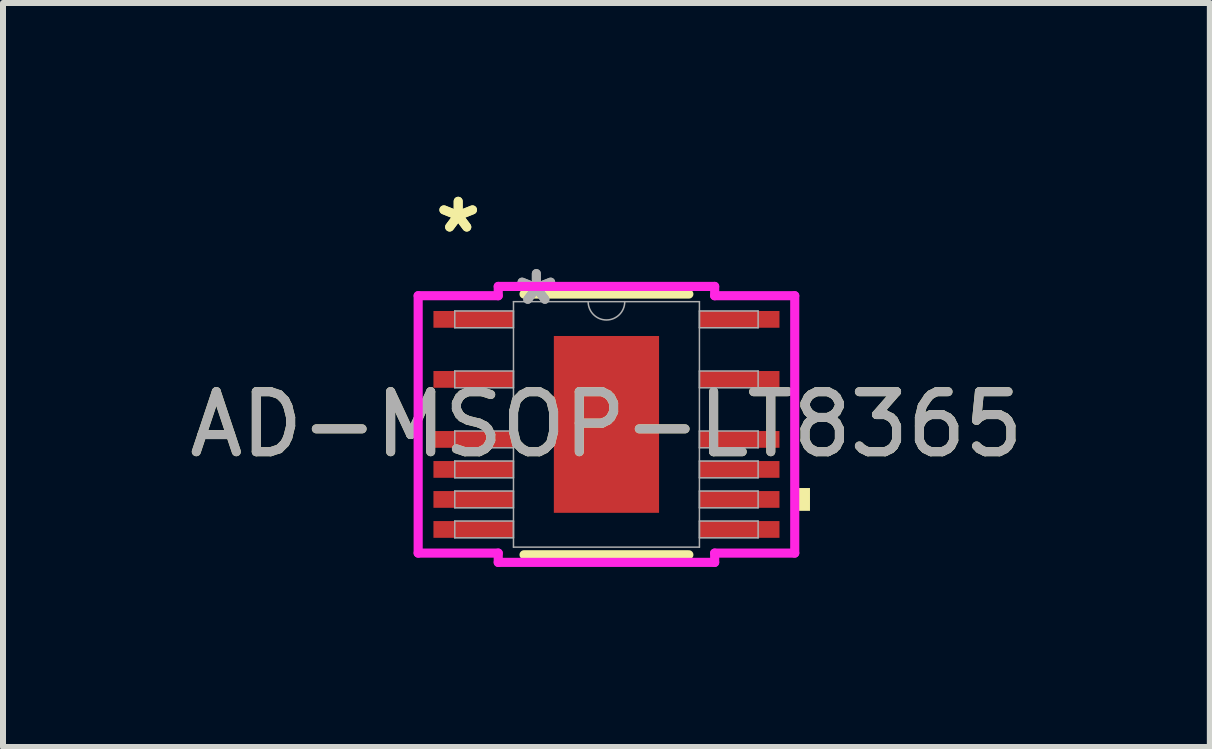
<source format=kicad_pcb>
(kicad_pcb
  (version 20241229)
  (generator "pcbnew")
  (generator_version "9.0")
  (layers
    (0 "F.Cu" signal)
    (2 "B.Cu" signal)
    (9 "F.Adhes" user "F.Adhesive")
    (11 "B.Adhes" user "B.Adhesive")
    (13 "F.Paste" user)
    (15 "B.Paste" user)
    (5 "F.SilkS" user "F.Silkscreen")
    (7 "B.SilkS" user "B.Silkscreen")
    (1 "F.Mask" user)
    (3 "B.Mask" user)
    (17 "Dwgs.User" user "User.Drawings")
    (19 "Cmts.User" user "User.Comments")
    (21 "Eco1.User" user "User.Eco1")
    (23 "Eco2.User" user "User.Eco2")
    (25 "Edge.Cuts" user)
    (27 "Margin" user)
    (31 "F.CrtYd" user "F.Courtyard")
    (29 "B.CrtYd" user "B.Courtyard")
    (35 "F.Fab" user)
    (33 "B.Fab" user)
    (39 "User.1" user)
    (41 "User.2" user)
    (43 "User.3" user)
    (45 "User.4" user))
  (footprint "AD-MSOP-LT8365"
    (layer "F.Cu")
    (at 7.054 4.021)
    (property "Reference" "AD-MSOP-LT8365" (at 0 0 0) (unlocked yes) (layer "F.SilkS") (effects (font (size 1 1) (thickness 0.15))))
    (attr smd)
    (fp_line (start -1.373 2.172) (end 1.373 2.172) (stroke (width 0.152) (type solid)) (layer "F.SilkS"))
    (fp_line (start 1.373 -2.172) (end -1.373 -2.172) (stroke (width 0.152) (type solid)) (layer "F.SilkS"))
    (fp_poly (pts (xy 3.391 1.06) (xy 3.391 1.44) (xy 3.137 1.44) (xy 3.137 1.06)) (stroke (width 0) (type solid)) (fill yes) (layer "F.SilkS"))
    (fp_poly (pts (xy -0.776 -1.373) (xy -0.776 -0.1) (xy 0.776 -0.1) (xy 0.776 -1.373)) (stroke (width 0) (type solid)) (fill yes) (layer "F.Paste"))
    (fp_poly (pts (xy -0.776 0.1) (xy -0.776 1.373) (xy 0.776 1.373) (xy 0.776 0.1)) (stroke (width 0) (type solid)) (fill yes) (layer "F.Paste"))
    (fp_line (start -3.137 -2.144) (end -1.803 -2.144) (stroke (width 0.152) (type solid)) (layer "F.CrtYd"))
    (fp_line (start -3.137 2.144) (end -3.137 -2.144) (stroke (width 0.152) (type solid)) (layer "F.CrtYd"))
    (fp_line (start -3.137 2.144) (end -1.803 2.144) (stroke (width 0.152) (type solid)) (layer "F.CrtYd"))
    (fp_line (start -1.803 -2.299) (end 1.803 -2.299) (stroke (width 0.152) (type solid)) (layer "F.CrtYd"))
    (fp_line (start -1.803 -2.144) (end -1.803 -2.299) (stroke (width 0.152) (type solid)) (layer "F.CrtYd"))
    (fp_line (start -1.803 2.299) (end -1.803 2.144) (stroke (width 0.152) (type solid)) (layer "F.CrtYd"))
    (fp_line (start 1.803 -2.299) (end 1.803 -2.144) (stroke (width 0.152) (type solid)) (layer "F.CrtYd"))
    (fp_line (start 1.803 2.144) (end 1.803 2.299) (stroke (width 0.152) (type solid)) (layer "F.CrtYd"))
    (fp_line (start 1.803 2.299) (end -1.803 2.299) (stroke (width 0.152) (type solid)) (layer "F.CrtYd"))
    (fp_line (start 3.137 -2.144) (end 1.803 -2.144) (stroke (width 0.152) (type solid)) (layer "F.CrtYd"))
    (fp_line (start 3.137 -2.144) (end 3.137 2.144) (stroke (width 0.152) (type solid)) (layer "F.CrtYd"))
    (fp_line (start 3.137 2.144) (end 1.803 2.144) (stroke (width 0.152) (type solid)) (layer "F.CrtYd"))
    (fp_line (start -2.527 -1.89) (end -2.527 -1.61) (stroke (width 0.025) (type solid)) (layer "F.Fab"))
    (fp_line (start -2.527 -1.61) (end -1.549 -1.61) (stroke (width 0.025) (type solid)) (layer "F.Fab"))
    (fp_line (start -2.527 -0.89) (end -2.527 -0.61) (stroke (width 0.025) (type solid)) (layer "F.Fab"))
    (fp_line (start -2.527 -0.61) (end -1.549 -0.61) (stroke (width 0.025) (type solid)) (layer "F.Fab"))
    (fp_line (start -2.527 0.11) (end -2.527 0.39) (stroke (width 0.025) (type solid)) (layer "F.Fab"))
    (fp_line (start -2.527 0.39) (end -1.549 0.39) (stroke (width 0.025) (type solid)) (layer "F.Fab"))
    (fp_line (start -2.527 0.61) (end -2.527 0.89) (stroke (width 0.025) (type solid)) (layer "F.Fab"))
    (fp_line (start -2.527 0.89) (end -1.549 0.89) (stroke (width 0.025) (type solid)) (layer "F.Fab"))
    (fp_line (start -2.527 1.11) (end -2.527 1.39) (stroke (width 0.025) (type solid)) (layer "F.Fab"))
    (fp_line (start -2.527 1.39) (end -1.549 1.39) (stroke (width 0.025) (type solid)) (layer "F.Fab"))
    (fp_line (start -2.527 1.61) (end -2.527 1.89) (stroke (width 0.025) (type solid)) (layer "F.Fab"))
    (fp_line (start -2.527 1.89) (end -1.549 1.89) (stroke (width 0.025) (type solid)) (layer "F.Fab"))
    (fp_line (start -1.549 -2.045) (end -1.549 2.045) (stroke (width 0.025) (type solid)) (layer "F.Fab"))
    (fp_line (start -1.549 -1.89) (end -2.527 -1.89) (stroke (width 0.025) (type solid)) (layer "F.Fab"))
    (fp_line (start -1.549 -1.61) (end -1.549 -1.89) (stroke (width 0.025) (type solid)) (layer "F.Fab"))
    (fp_line (start -1.549 -0.89) (end -2.527 -0.89) (stroke (width 0.025) (type solid)) (layer "F.Fab"))
    (fp_line (start -1.549 -0.61) (end -1.549 -0.89) (stroke (width 0.025) (type solid)) (layer "F.Fab"))
    (fp_line (start -1.549 0.11) (end -2.527 0.11) (stroke (width 0.025) (type solid)) (layer "F.Fab"))
    (fp_line (start -1.549 0.39) (end -1.549 0.11) (stroke (width 0.025) (type solid)) (layer "F.Fab"))
    (fp_line (start -1.549 0.61) (end -2.527 0.61) (stroke (width 0.025) (type solid)) (layer "F.Fab"))
    (fp_line (start -1.549 0.89) (end -1.549 0.61) (stroke (width 0.025) (type solid)) (layer "F.Fab"))
    (fp_line (start -1.549 1.11) (end -2.527 1.11) (stroke (width 0.025) (type solid)) (layer "F.Fab"))
    (fp_line (start -1.549 1.39) (end -1.549 1.11) (stroke (width 0.025) (type solid)) (layer "F.Fab"))
    (fp_line (start -1.549 1.61) (end -2.527 1.61) (stroke (width 0.025) (type solid)) (layer "F.Fab"))
    (fp_line (start -1.549 1.89) (end -1.549 1.61) (stroke (width 0.025) (type solid)) (layer "F.Fab"))
    (fp_line (start -1.549 2.045) (end 1.549 2.045) (stroke (width 0.025) (type solid)) (layer "F.Fab"))
    (fp_line (start 1.549 -2.045) (end -1.549 -2.045) (stroke (width 0.025) (type solid)) (layer "F.Fab"))
    (fp_line (start 1.549 -1.89) (end 1.549 -1.61) (stroke (width 0.025) (type solid)) (layer "F.Fab"))
    (fp_line (start 1.549 -1.61) (end 2.527 -1.61) (stroke (width 0.025) (type solid)) (layer "F.Fab"))
    (fp_line (start 1.549 -0.89) (end 1.549 -0.61) (stroke (width 0.025) (type solid)) (layer "F.Fab"))
    (fp_line (start 1.549 -0.61) (end 2.527 -0.61) (stroke (width 0.025) (type solid)) (layer "F.Fab"))
    (fp_line (start 1.549 0.11) (end 1.549 0.39) (stroke (width 0.025) (type solid)) (layer "F.Fab"))
    (fp_line (start 1.549 0.39) (end 2.527 0.39) (stroke (width 0.025) (type solid)) (layer "F.Fab"))
    (fp_line (start 1.549 0.61) (end 1.549 0.89) (stroke (width 0.025) (type solid)) (layer "F.Fab"))
    (fp_line (start 1.549 0.89) (end 2.527 0.89) (stroke (width 0.025) (type solid)) (layer "F.Fab"))
    (fp_line (start 1.549 1.11) (end 1.549 1.39) (stroke (width 0.025) (type solid)) (layer "F.Fab"))
    (fp_line (start 1.549 1.39) (end 2.527 1.39) (stroke (width 0.025) (type solid)) (layer "F.Fab"))
    (fp_line (start 1.549 1.61) (end 1.549 1.89) (stroke (width 0.025) (type solid)) (layer "F.Fab"))
    (fp_line (start 1.549 1.89) (end 2.527 1.89) (stroke (width 0.025) (type solid)) (layer "F.Fab"))
    (fp_line (start 1.549 2.045) (end 1.549 -2.045) (stroke (width 0.025) (type solid)) (layer "F.Fab"))
    (fp_line (start 2.527 -1.89) (end 1.549 -1.89) (stroke (width 0.025) (type solid)) (layer "F.Fab"))
    (fp_line (start 2.527 -1.61) (end 2.527 -1.89) (stroke (width 0.025) (type solid)) (layer "F.Fab"))
    (fp_line (start 2.527 -0.89) (end 1.549 -0.89) (stroke (width 0.025) (type solid)) (layer "F.Fab"))
    (fp_line (start 2.527 -0.61) (end 2.527 -0.89) (stroke (width 0.025) (type solid)) (layer "F.Fab"))
    (fp_line (start 2.527 0.11) (end 1.549 0.11) (stroke (width 0.025) (type solid)) (layer "F.Fab"))
    (fp_line (start 2.527 0.39) (end 2.527 0.11) (stroke (width 0.025) (type solid)) (layer "F.Fab"))
    (fp_line (start 2.527 0.61) (end 1.549 0.61) (stroke (width 0.025) (type solid)) (layer "F.Fab"))
    (fp_line (start 2.527 0.89) (end 2.527 0.61) (stroke (width 0.025) (type solid)) (layer "F.Fab"))
    (fp_line (start 2.527 1.11) (end 1.549 1.11) (stroke (width 0.025) (type solid)) (layer "F.Fab"))
    (fp_line (start 2.527 1.39) (end 2.527 1.11) (stroke (width 0.025) (type solid)) (layer "F.Fab"))
    (fp_line (start 2.527 1.61) (end 1.549 1.61) (stroke (width 0.025) (type solid)) (layer "F.Fab"))
    (fp_line (start 2.527 1.89) (end 2.527 1.61) (stroke (width 0.025) (type solid)) (layer "F.Fab"))
    (fp_arc (start 0.3048 -2.0447) (mid 0 -1.7399) (end -0.3048 -2.0447) (stroke (width 0.0254) (type solid)) (layer "F.Fab"))
    (fp_text user "*" (at -2.47 -3.172 0) (layer "F.SilkS") (effects (font (size 1 1) (thickness 0.15))))
    (fp_text user "*" (at -2.47 -3.172 0) (unlocked yes) (layer "F.SilkS") (effects (font (size 1 1) (thickness 0.15))))
    (fp_text user "*" (at -1.168 -1.968 0) (layer "F.Fab") (effects (font (size 1 1) (thickness 0.15))))
    (fp_text user "${REFERENCE}" (at 0 0 0) (unlocked yes) (layer "F.Fab") (effects (font (size 1 1) (thickness 0.15))))
    (fp_text user "*" (at -1.168 -1.968 0) (unlocked yes) (layer "F.Fab") (effects (font (size 1 1) (thickness 0.15))))
    (pad "1" smd rect (at -2.216 -1.75) (size 1.333 0.279) (layers "F.Cu" "F.Mask" "F.Paste"))
    (pad "3" smd rect (at -2.216 -0.75) (size 1.333 0.279) (layers "F.Cu" "F.Mask" "F.Paste"))
    (pad "5" smd rect (at -2.216 0.25) (size 1.333 0.279) (layers "F.Cu" "F.Mask" "F.Paste"))
    (pad "6" smd rect (at -2.216 0.75) (size 1.333 0.279) (layers "F.Cu" "F.Mask" "F.Paste"))
    (pad "7" smd rect (at -2.216 1.25) (size 1.333 0.279) (layers "F.Cu" "F.Mask" "F.Paste"))
    (pad "8" smd rect (at -2.216 1.75) (size 1.333 0.279) (layers "F.Cu" "F.Mask" "F.Paste"))
    (pad "9" smd rect (at 2.216 1.75) (size 1.333 0.279) (layers "F.Cu" "F.Mask" "F.Paste"))
    (pad "10" smd rect (at 2.216 1.25) (size 1.333 0.279) (layers "F.Cu" "F.Mask" "F.Paste"))
    (pad "11" smd rect (at 2.216 0.75) (size 1.333 0.279) (layers "F.Cu" "F.Mask" "F.Paste"))
    (pad "12" smd rect (at 2.216 0.25) (size 1.333 0.279) (layers "F.Cu" "F.Mask" "F.Paste"))
    (pad "14" smd rect (at 2.216 -0.75) (size 1.333 0.279) (layers "F.Cu" "F.Mask" "F.Paste"))
    (pad "16" smd rect (at 2.216 -1.75) (size 1.333 0.279) (layers "F.Cu" "F.Mask" "F.Paste"))
    (pad "17" smd rect (at 0 0) (size 1.753 2.946) (layers "F.Cu" "F.Mask")))
  (gr_rect
    (start -3 -3)
    (end 17.107 9.396)
    (stroke (width 0.1) (type default))
    (fill no)
    (layer "Edge.Cuts")))
</source>
